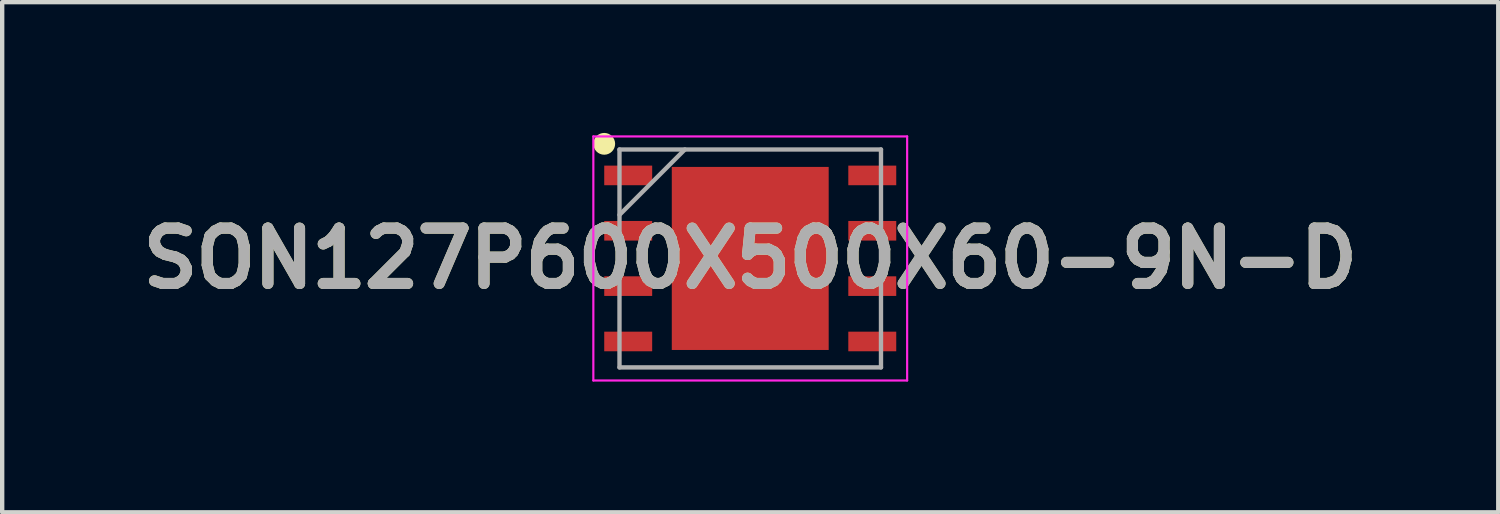
<source format=kicad_pcb>
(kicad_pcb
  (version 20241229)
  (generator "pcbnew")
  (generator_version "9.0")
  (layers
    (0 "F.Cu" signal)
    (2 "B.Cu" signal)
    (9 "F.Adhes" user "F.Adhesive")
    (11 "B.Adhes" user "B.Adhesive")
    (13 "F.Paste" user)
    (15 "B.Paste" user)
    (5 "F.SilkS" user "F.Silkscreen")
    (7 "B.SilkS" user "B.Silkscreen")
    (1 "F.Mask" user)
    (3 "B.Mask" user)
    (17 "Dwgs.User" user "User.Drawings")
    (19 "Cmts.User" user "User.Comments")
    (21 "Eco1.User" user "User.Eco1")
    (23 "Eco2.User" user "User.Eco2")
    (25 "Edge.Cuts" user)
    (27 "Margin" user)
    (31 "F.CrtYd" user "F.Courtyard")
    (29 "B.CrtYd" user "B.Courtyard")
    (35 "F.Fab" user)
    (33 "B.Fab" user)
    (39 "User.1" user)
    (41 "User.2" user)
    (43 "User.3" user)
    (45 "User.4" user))
  (footprint "SON127P600X500X60-9N-D"
    (layer "F.Cu")
    (at 14.164 2.88)
    (property "Reference" "SON127P600X500X60-9N-D" (at 0 0 0) (layer "F.SilkS") (effects (font (size 1.27 1.27) (thickness 0.254))))
    (attr smd)
    (fp_circle (center -3.35 -2.63) (end -3.35 -2.505) (stroke (width 0.25) (type solid)) (fill no) (layer "F.SilkS"))
    (fp_line (start -3.6 -2.8) (end 3.6 -2.8) (stroke (width 0.05) (type solid)) (layer "F.CrtYd"))
    (fp_line (start -3.6 2.8) (end -3.6 -2.8) (stroke (width 0.05) (type solid)) (layer "F.CrtYd"))
    (fp_line (start 3.6 -2.8) (end 3.6 2.8) (stroke (width 0.05) (type solid)) (layer "F.CrtYd"))
    (fp_line (start 3.6 2.8) (end -3.6 2.8) (stroke (width 0.05) (type solid)) (layer "F.CrtYd"))
    (fp_line (start -3 -2.5) (end 3 -2.5) (stroke (width 0.1) (type solid)) (layer "F.Fab"))
    (fp_line (start -3 -1) (end -1.5 -2.5) (stroke (width 0.1) (type solid)) (layer "F.Fab"))
    (fp_line (start -3 2.5) (end -3 -2.5) (stroke (width 0.1) (type solid)) (layer "F.Fab"))
    (fp_line (start 3 -2.5) (end 3 2.5) (stroke (width 0.1) (type solid)) (layer "F.Fab"))
    (fp_line (start 3 2.5) (end -3 2.5) (stroke (width 0.1) (type solid)) (layer "F.Fab"))
    (fp_text user "${REFERENCE}" (at 0 0 0) (layer "F.Fab") (effects (font (size 1.27 1.27) (thickness 0.254))))
    (pad "1" smd rect (at -2.8 -1.905 90) (size 0.45 1.1) (layers "F.Cu" "F.Mask" "F.Paste"))
    (pad "2" smd rect (at -2.8 -0.635 90) (size 0.45 1.1) (layers "F.Cu" "F.Mask" "F.Paste"))
    (pad "3" smd rect (at -2.8 0.635 90) (size 0.45 1.1) (layers "F.Cu" "F.Mask" "F.Paste"))
    (pad "4" smd rect (at -2.8 1.905 90) (size 0.45 1.1) (layers "F.Cu" "F.Mask" "F.Paste"))
    (pad "5" smd rect (at 2.8 1.905 90) (size 0.45 1.1) (layers "F.Cu" "F.Mask" "F.Paste"))
    (pad "6" smd rect (at 2.8 0.635 90) (size 0.45 1.1) (layers "F.Cu" "F.Mask" "F.Paste"))
    (pad "7" smd rect (at 2.8 -0.635 90) (size 0.45 1.1) (layers "F.Cu" "F.Mask" "F.Paste"))
    (pad "8" smd rect (at 2.8 -1.905 90) (size 0.45 1.1) (layers "F.Cu" "F.Mask" "F.Paste"))
    (pad "9" smd rect (at 0 0) (size 3.6 4.2) (layers "F.Cu" "F.Mask" "F.Paste")))
  (gr_rect
    (start -3 -3)
    (end 31.327 8.705)
    (stroke (width 0.1) (type default))
    (fill no)
    (layer "Edge.Cuts")))
</source>
